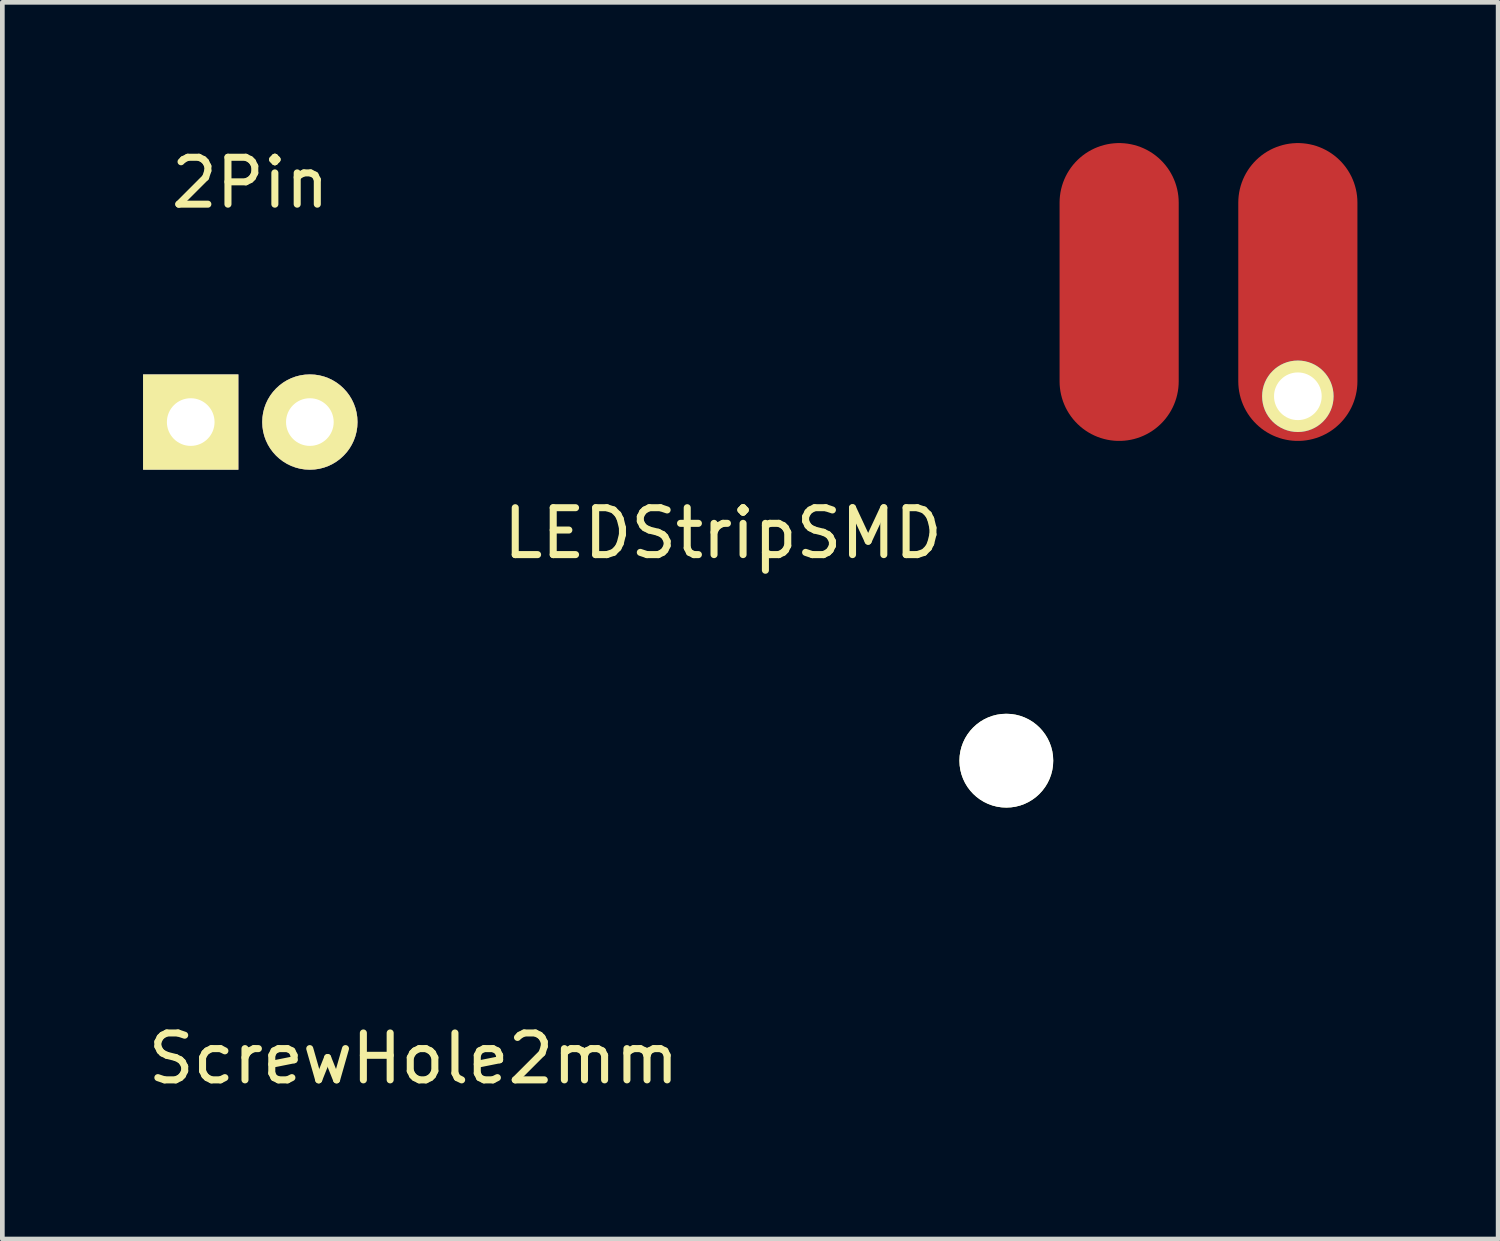
<source format=kicad_pcb>
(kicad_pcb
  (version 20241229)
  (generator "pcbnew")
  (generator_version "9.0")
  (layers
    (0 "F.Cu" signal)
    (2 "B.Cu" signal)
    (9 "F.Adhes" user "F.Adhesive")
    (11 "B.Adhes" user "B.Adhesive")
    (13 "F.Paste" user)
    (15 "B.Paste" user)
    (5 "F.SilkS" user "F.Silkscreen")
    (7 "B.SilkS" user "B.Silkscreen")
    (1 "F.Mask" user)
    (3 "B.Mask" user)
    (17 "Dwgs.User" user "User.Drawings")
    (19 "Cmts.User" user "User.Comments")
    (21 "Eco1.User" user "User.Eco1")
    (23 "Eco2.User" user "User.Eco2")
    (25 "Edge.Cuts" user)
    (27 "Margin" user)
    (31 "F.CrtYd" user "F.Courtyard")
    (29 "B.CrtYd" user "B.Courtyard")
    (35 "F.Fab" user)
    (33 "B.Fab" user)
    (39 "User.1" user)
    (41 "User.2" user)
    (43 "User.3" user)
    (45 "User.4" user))
  (footprint "ScrewHole2mm"
    (layer "F.Cu")
    (at 18.404 13.167)
    (property "Reference" "ScrewHole2mm" (at -12.636 6.35 0) (layer "F.SilkS") (effects (font (size 1 1) (thickness 0.15))))
    (attr through_hole)
    (pad "" np_thru_hole circle (at 0 0) (size 2 2) (drill 2) (layers "*.Cu" "*.Mask" "F.SilkS")))
  (footprint "2Pin"
    (layer "F.Cu")
    (at 2.286 5.948)
    (property "Reference" "2Pin" (at 0 -5.1 0) (layer "F.SilkS") (effects (font (size 1 1) (thickness 0.15))))
    (attr through_hole)
    (pad "1" thru_hole rect (at -1.27 0) (size 2.032 2.032) (drill 1.016) (layers "*.Cu" "*.Mask" "F.SilkS"))
    (pad "2" thru_hole oval (at 1.27 0) (size 2.032 2.032) (drill 1.016) (layers "*.Cu" "*.Mask" "F.SilkS")))
  (footprint "LEDStripSMD"
    (layer "F.Cu")
    (at 22.714 3.175)
    (property "Reference" "LEDStripSMD" (at -10.351 5.144 0) (layer "F.SilkS") (effects (font (size 1 1) (thickness 0.15))))
    (attr through_hole)
    (pad "1" smd oval (at -1.905 0) (size 2.54 6.35) (layers "F.Cu" "F.Mask" "F.Paste"))
    (pad "2" smd oval (at 1.905 0) (size 2.54 6.35) (layers "F.Cu" "F.Mask" "F.Paste"))
    (pad "2" thru_hole circle (at 1.905 2.223) (size 1.524 1.524) (drill 1.016) (layers "*.Cu" "*.Mask" "F.SilkS")))
  (gr_rect
    (start -3 -3)
    (end 28.889 23.365)
    (stroke (width 0.1) (type default))
    (fill no)
    (layer "Edge.Cuts")))
</source>
